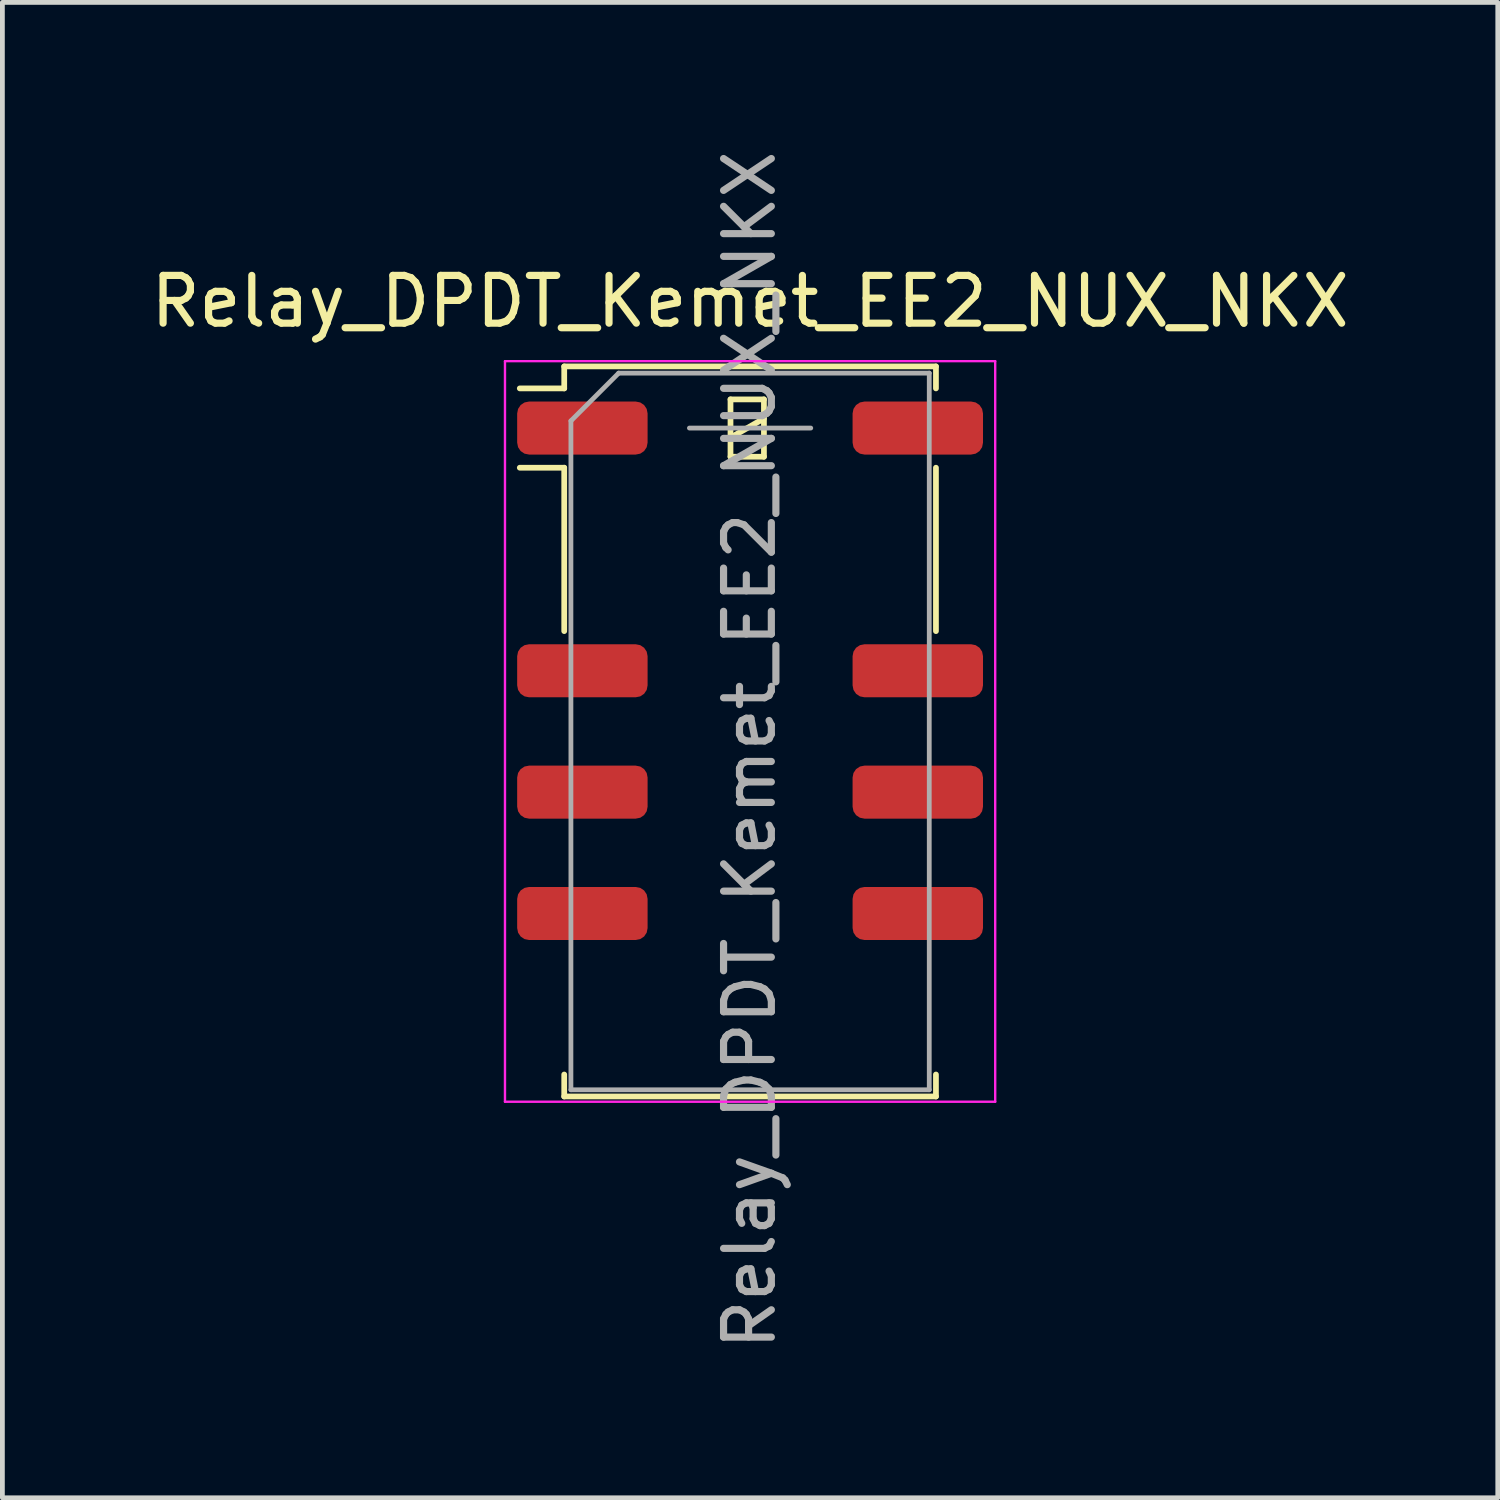
<source format=kicad_pcb>
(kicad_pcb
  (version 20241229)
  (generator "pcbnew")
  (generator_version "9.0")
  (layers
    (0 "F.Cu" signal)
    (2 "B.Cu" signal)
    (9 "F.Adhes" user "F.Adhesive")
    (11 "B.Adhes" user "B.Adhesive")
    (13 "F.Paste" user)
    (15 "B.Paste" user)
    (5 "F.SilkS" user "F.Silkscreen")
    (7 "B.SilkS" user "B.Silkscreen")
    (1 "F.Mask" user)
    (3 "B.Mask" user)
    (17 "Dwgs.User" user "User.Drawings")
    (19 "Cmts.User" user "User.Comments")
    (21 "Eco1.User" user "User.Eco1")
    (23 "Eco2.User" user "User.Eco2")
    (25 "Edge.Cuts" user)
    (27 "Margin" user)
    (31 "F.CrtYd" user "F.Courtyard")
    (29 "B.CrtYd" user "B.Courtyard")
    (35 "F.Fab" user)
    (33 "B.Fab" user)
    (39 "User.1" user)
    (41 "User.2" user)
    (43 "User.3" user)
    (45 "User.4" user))
  (footprint "Relay_DPDT_Kemet_EE2_NUX_NKX"
    (layer "F.Cu")
    (at 12.649 12.259)
    (property "Reference" "Relay_DPDT_Kemet_EE2_NUX_NKX" (at 0 -9 180) (layer "F.SilkS") (effects (font (size 1 1) (thickness 0.15))))
    (attr smd)
    (fp_line (start -3.89 -7.64) (end -3.89 -7.18) (stroke (width 0.12) (type solid)) (layer "F.SilkS"))
    (fp_line (start -3.89 -7.18) (end -4.82 -7.18) (stroke (width 0.12) (type solid)) (layer "F.SilkS"))
    (fp_line (start -3.89 -5.52) (end -4.82 -5.52) (stroke (width 0.12) (type solid)) (layer "F.SilkS"))
    (fp_line (start -3.89 -5.52) (end -3.89 -2.1) (stroke (width 0.12) (type solid)) (layer "F.SilkS"))
    (fp_line (start -3.89 7.18) (end -3.89 7.64) (stroke (width 0.12) (type solid)) (layer "F.SilkS"))
    (fp_line (start -0.41 -6.95) (end -0.41 -5.75) (stroke (width 0.12) (type solid)) (layer "F.SilkS"))
    (fp_line (start -0.41 -6.15) (end 0.29 -6.55) (stroke (width 0.12) (type solid)) (layer "F.SilkS"))
    (fp_line (start -0.41 -5.75) (end 0.29 -5.75) (stroke (width 0.12) (type solid)) (layer "F.SilkS"))
    (fp_line (start 0.29 -6.95) (end -0.41 -6.95) (stroke (width 0.12) (type solid)) (layer "F.SilkS"))
    (fp_line (start 0.29 -5.75) (end 0.29 -6.95) (stroke (width 0.12) (type solid)) (layer "F.SilkS"))
    (fp_line (start 3.89 -7.64) (end -3.89 -7.64) (stroke (width 0.12) (type solid)) (layer "F.SilkS"))
    (fp_line (start 3.89 -7.64) (end 3.89 -7.18) (stroke (width 0.12) (type solid)) (layer "F.SilkS"))
    (fp_line (start 3.89 -5.52) (end 3.89 -2.1) (stroke (width 0.12) (type solid)) (layer "F.SilkS"))
    (fp_line (start 3.89 7.18) (end 3.89 7.64) (stroke (width 0.12) (type solid)) (layer "F.SilkS"))
    (fp_line (start 3.89 7.64) (end -3.89 7.64) (stroke (width 0.12) (type solid)) (layer "F.SilkS"))
    (fp_line (start -5.13 -7.75) (end -5.13 7.75) (stroke (width 0.05) (type solid)) (layer "F.CrtYd"))
    (fp_line (start -5.13 7.75) (end 5.13 7.75) (stroke (width 0.05) (type solid)) (layer "F.CrtYd"))
    (fp_line (start 5.13 -7.75) (end -5.13 -7.75) (stroke (width 0.05) (type solid)) (layer "F.CrtYd"))
    (fp_line (start 5.13 -7.75) (end 5.13 7.75) (stroke (width 0.05) (type solid)) (layer "F.CrtYd"))
    (fp_line (start -3.75 -6.5) (end -3.75 7.5) (stroke (width 0.1) (type solid)) (layer "F.Fab"))
    (fp_line (start -3.75 -6.5) (end -2.75 -7.5) (stroke (width 0.1) (type solid)) (layer "F.Fab"))
    (fp_line (start -1.27 -6.35) (end 1.27 -6.35) (stroke (width 0.1) (type solid)) (layer "F.Fab"))
    (fp_line (start 3.75 -7.5) (end -2.75 -7.5) (stroke (width 0.1) (type solid)) (layer "F.Fab"))
    (fp_line (start 3.75 -7.5) (end 3.75 7.5) (stroke (width 0.1) (type solid)) (layer "F.Fab"))
    (fp_line (start 3.75 7.5) (end -3.75 7.5) (stroke (width 0.1) (type solid)) (layer "F.Fab"))
    (fp_text user "${REFERENCE}" (at -0.01 0.39 90) (layer "F.Fab") (effects (font (size 1 1) (thickness 0.15))))
    (pad "1" smd roundrect (at -3.51 -6.35 270) (size 1.11 2.73) (layers "F.Cu" "F.Mask" "F.Paste") (roundrect_rratio 0.225))
    (pad "3" smd roundrect (at -3.51 -1.27 270) (size 1.11 2.73) (layers "F.Cu" "F.Mask" "F.Paste") (roundrect_rratio 0.225))
    (pad "4" smd roundrect (at -3.51 1.27 270) (size 1.11 2.73) (layers "F.Cu" "F.Mask" "F.Paste") (roundrect_rratio 0.225))
    (pad "5" smd roundrect (at -3.51 3.81 270) (size 1.11 2.73) (layers "F.Cu" "F.Mask" "F.Paste") (roundrect_rratio 0.225))
    (pad "8" smd roundrect (at 3.51 3.81 270) (size 1.11 2.73) (layers "F.Cu" "F.Mask" "F.Paste") (roundrect_rratio 0.225))
    (pad "9" smd roundrect (at 3.51 1.27 270) (size 1.11 2.73) (layers "F.Cu" "F.Mask" "F.Paste") (roundrect_rratio 0.225))
    (pad "10" smd roundrect (at 3.51 -1.27 270) (size 1.11 2.73) (layers "F.Cu" "F.Mask" "F.Paste") (roundrect_rratio 0.225))
    (pad "12" smd roundrect (at 3.51 -6.35 270) (size 1.11 2.73) (layers "F.Cu" "F.Mask" "F.Paste") (roundrect_rratio 0.225)))
  (gr_rect
    (start -3 -3)
    (end 28.298 28.298)
    (stroke (width 0.1) (type default))
    (fill no)
    (layer "Edge.Cuts")))
</source>
